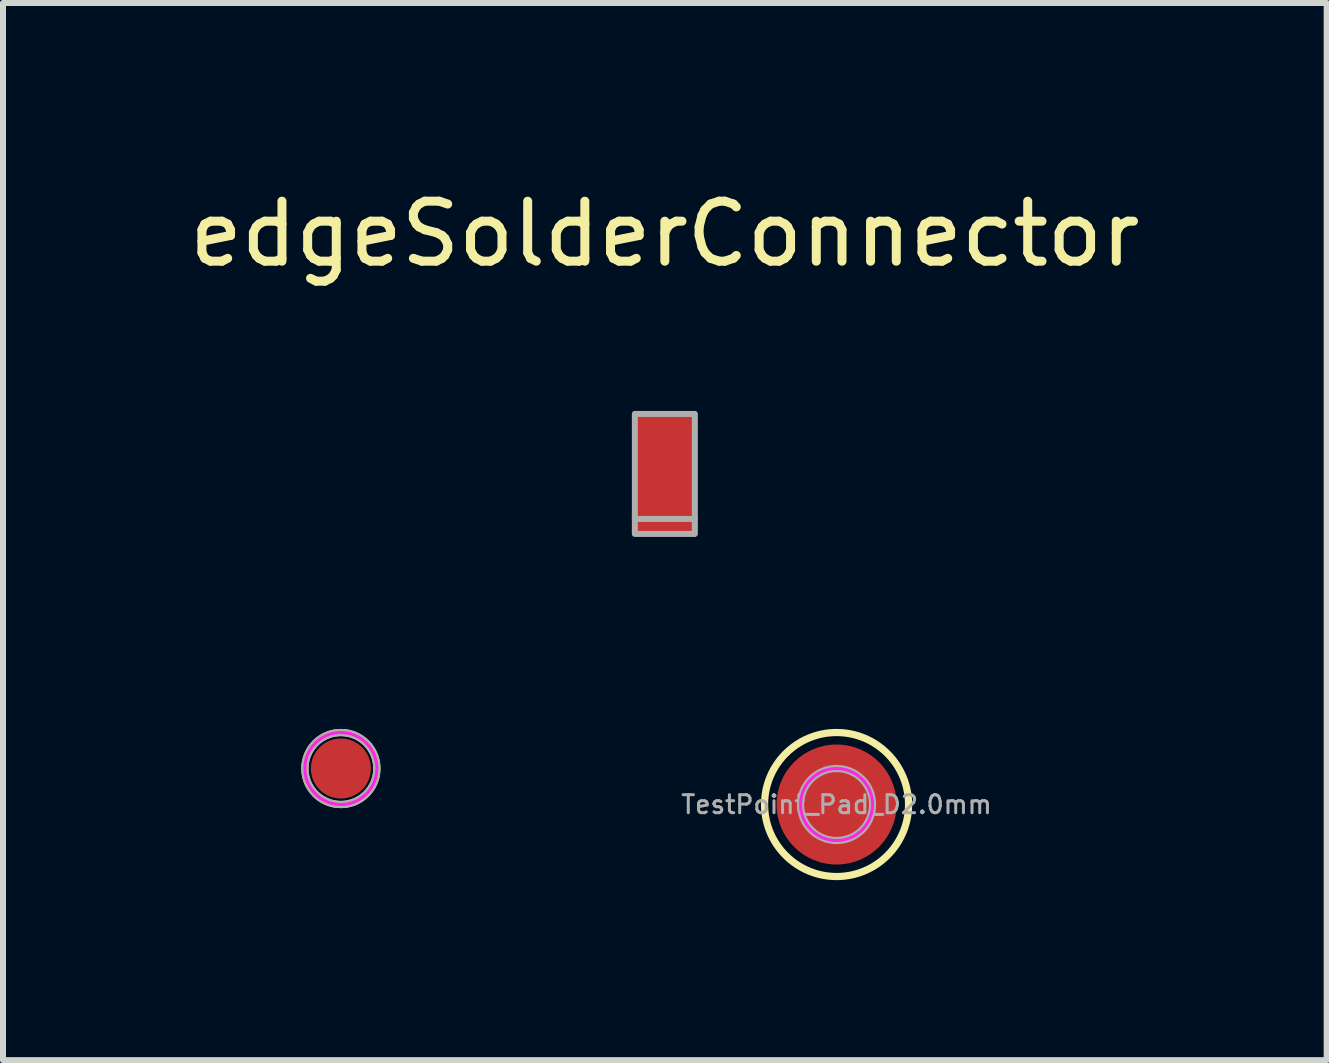
<source format=kicad_pcb>
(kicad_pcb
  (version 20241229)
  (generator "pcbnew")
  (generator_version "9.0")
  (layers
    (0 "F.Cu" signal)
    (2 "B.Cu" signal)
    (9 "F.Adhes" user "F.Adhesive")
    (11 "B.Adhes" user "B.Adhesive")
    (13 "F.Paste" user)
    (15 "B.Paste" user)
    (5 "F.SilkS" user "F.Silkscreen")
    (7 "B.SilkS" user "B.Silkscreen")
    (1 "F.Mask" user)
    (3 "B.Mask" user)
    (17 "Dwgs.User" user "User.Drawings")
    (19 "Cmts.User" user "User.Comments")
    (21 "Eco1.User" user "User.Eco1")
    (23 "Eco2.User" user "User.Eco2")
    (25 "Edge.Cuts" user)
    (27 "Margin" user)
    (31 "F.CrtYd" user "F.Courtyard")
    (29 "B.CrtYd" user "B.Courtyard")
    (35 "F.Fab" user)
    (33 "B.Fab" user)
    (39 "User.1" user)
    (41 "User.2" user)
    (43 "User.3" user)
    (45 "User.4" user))
  (footprint "edgeSolderConnector"
    (layer "F.Cu")
    (at 8.03 5.848)
    (property "Reference" "edgeSolderConnector" (at 0 -5 0) (unlocked yes) (layer "F.SilkS") (effects (font (size 1 1) (thickness 0.15))))
    (attr smd board_only exclude_from_pos_files exclude_from_bom)
    (fp_line (start -0.5 -0.25) (end 0.5 -0.25) (stroke (width 0.1) (type solid)) (layer "F.Fab"))
    (fp_rect (start 0.5 0) (end -0.5 -2) (stroke (width 0.1) (type solid)) (fill no) (layer "F.Fab"))
    (pad "1" connect rect (at 0 -1) (size 1 2) (layers "F.Cu" "F.Mask")))
  (footprint "TestPoint_Pad_D1.0mm"
    (layer "F.Cu")
    (at 2.631 9.758)
    (property "Reference" "TestPoint_Pad_D1.0mm" (at 0 0 0) (layer "Eco2.User") (effects (font (size 0.3 0.3) (thickness 0.05))))
    (attr exclude_from_pos_files exclude_from_bom)
    (fp_circle (center 0 0) (end 0 0.6) (stroke (width 0.12) (type solid)) (fill no) (layer "F.SilkS"))
    (fp_circle (center 0 0) (end 0.6 0) (stroke (width 0.05) (type solid)) (fill no) (layer "F.CrtYd"))
    (fp_circle (center 0 0) (end 0.6 0) (stroke (width 0.12) (type solid)) (fill no) (layer "F.Fab"))
    (pad "1" smd circle (at 0 0) (size 1 1) (layers "F.Cu" "F.Mask")))
  (footprint "TestPoint_Pad_D2.0mm"
    (layer "F.Cu")
    (at 10.892 10.358)
    (property "Reference" "TestPoint_Pad_D2.0mm" (at 0 0 0) (layer "Eco2.User") (effects (font (size 0.3 0.3) (thickness 0.05))))
    (attr exclude_from_pos_files exclude_from_bom)
    (fp_circle (center 0 0) (end 1.2 0) (stroke (width 0.12) (type solid)) (fill no) (layer "F.SilkS"))
    (fp_circle (center 0 0) (end 0.6 0) (stroke (width 0.05) (type solid)) (fill no) (layer "F.CrtYd"))
    (fp_circle (center 0 0) (end 0.6 0) (stroke (width 0.12) (type solid)) (fill no) (layer "F.Fab"))
    (fp_text user "${REFERENCE}" (at 0 0 0) (layer "F.Fab") (effects (font (size 0.3 0.3) (thickness 0.05))))
    (pad "1" smd circle (at 0 0) (size 2 2) (layers "F.Cu" "F.Mask")))
  (gr_rect
    (start -3 -3)
    (end 19.06 14.618)
    (stroke (width 0.1) (type default))
    (fill no)
    (layer "Edge.Cuts")))
</source>
